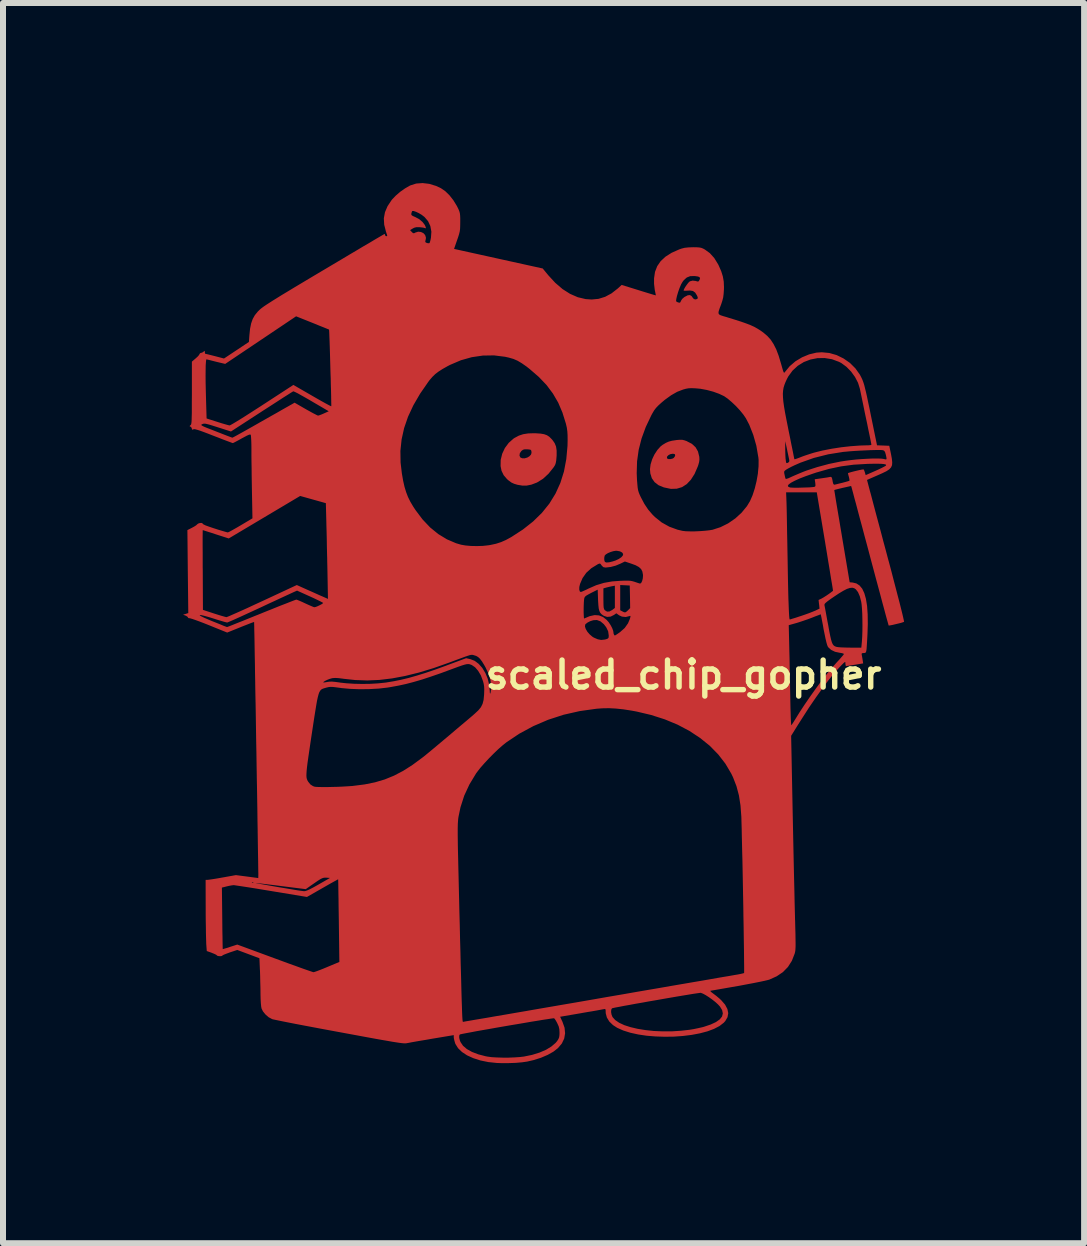
<source format=kicad_pcb>
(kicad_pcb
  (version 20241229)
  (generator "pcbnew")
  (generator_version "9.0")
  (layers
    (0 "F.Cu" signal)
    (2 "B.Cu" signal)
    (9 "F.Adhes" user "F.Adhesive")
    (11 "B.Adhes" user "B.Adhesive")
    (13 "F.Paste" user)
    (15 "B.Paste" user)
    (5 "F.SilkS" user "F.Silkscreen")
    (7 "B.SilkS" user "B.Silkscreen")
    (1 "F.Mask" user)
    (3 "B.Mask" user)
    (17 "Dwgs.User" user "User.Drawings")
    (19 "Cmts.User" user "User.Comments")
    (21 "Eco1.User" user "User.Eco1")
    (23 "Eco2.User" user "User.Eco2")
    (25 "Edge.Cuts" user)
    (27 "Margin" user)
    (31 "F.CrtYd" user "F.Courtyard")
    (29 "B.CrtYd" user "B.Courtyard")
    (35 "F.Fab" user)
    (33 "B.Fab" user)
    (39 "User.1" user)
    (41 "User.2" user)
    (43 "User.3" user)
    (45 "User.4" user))
  (footprint "scaled_chip_gopher"
    (layer "F.Cu")
    (at 8.339 8.193)
    (property "Reference" "scaled_chip_gopher" (at 0 0 0) (layer "F.SilkS") (effects (font (size 0.45 0.45) (thickness 0.09))))
    (attr board_only exclude_from_pos_files exclude_from_bom)
    (fp_poly (pts (xy -0.024 -3.916) (xy 0.011 -3.908) (xy 0.054 -3.893) (xy 0.056 -3.891) (xy 0.139 -3.848) (xy 0.2 -3.791) (xy 0.24 -3.721) (xy 0.261 -3.635) (xy 0.262 -3.63) (xy 0.264 -3.586) (xy 0.259 -3.545) (xy 0.245 -3.495) (xy 0.235 -3.467) (xy 0.183 -3.347) (xy 0.122 -3.251) (xy 0.052 -3.177) (xy -0.026 -3.127) (xy -0.113 -3.101) (xy -0.207 -3.098) (xy -0.222 -3.1) (xy -0.33 -3.123) (xy -0.417 -3.159) (xy -0.483 -3.21) (xy -0.529 -3.275) (xy -0.554 -3.355) (xy -0.56 -3.426) (xy -0.55 -3.505) (xy -0.524 -3.589) (xy -0.513 -3.614) (xy -0.278 -3.614) (xy -0.271 -3.602) (xy -0.249 -3.594) (xy -0.214 -3.595) (xy -0.18 -3.604) (xy -0.163 -3.615) (xy -0.145 -3.64) (xy -0.14 -3.659) (xy -0.146 -3.676) (xy -0.168 -3.682) (xy -0.184 -3.683) (xy -0.222 -3.676) (xy -0.253 -3.659) (xy -0.274 -3.637) (xy -0.278 -3.614) (xy -0.513 -3.614) (xy -0.485 -3.672) (xy -0.436 -3.747) (xy -0.382 -3.807) (xy -0.349 -3.832) (xy -0.294 -3.865) (xy -0.246 -3.886) (xy -0.193 -3.9) (xy -0.127 -3.91) (xy -0.115 -3.912) (xy -0.062 -3.916)) (stroke (width 0) (type solid)) (fill yes) (layer "F.Cu"))
    (fp_poly (pts (xy -2.462 -4.024) (xy -2.383 -4.019) (xy -2.324 -4.009) (xy -2.277 -3.992) (xy -2.237 -3.966) (xy -2.198 -3.927) (xy -2.183 -3.91) (xy -2.148 -3.86) (xy -2.125 -3.804) (xy -2.115 -3.737) (xy -2.115 -3.654) (xy -2.117 -3.63) (xy -2.122 -3.57) (xy -2.13 -3.528) (xy -2.141 -3.496) (xy -2.159 -3.466) (xy -2.163 -3.46) (xy -2.249 -3.352) (xy -2.342 -3.266) (xy -2.442 -3.204) (xy -2.537 -3.168) (xy -2.613 -3.153) (xy -2.682 -3.152) (xy -2.755 -3.164) (xy -2.767 -3.166) (xy -2.824 -3.183) (xy -2.869 -3.204) (xy -2.913 -3.236) (xy -2.941 -3.26) (xy -2.997 -3.325) (xy -3.033 -3.399) (xy -3.049 -3.478) (xy -3.047 -3.581) (xy -3.029 -3.654) (xy -2.734 -3.654) (xy -2.721 -3.623) (xy -2.72 -3.622) (xy -2.69 -3.608) (xy -2.648 -3.607) (xy -2.603 -3.62) (xy -2.57 -3.64) (xy -2.543 -3.668) (xy -2.534 -3.696) (xy -2.534 -3.713) (xy -2.538 -3.736) (xy -2.548 -3.749) (xy -2.571 -3.754) (xy -2.605 -3.757) (xy -2.647 -3.757) (xy -2.675 -3.75) (xy -2.698 -3.733) (xy -2.703 -3.729) (xy -2.728 -3.692) (xy -2.734 -3.654) (xy -3.029 -3.654) (xy -3.022 -3.683) (xy -2.977 -3.779) (xy -2.913 -3.865) (xy -2.833 -3.936) (xy -2.814 -3.948) (xy -2.745 -3.985) (xy -2.672 -4.009) (xy -2.589 -4.022) (xy -2.49 -4.025)) (stroke (width 0) (type solid)) (fill yes) (layer "F.Cu"))
    (fp_poly (pts (xy -4.238 -8.18) (xy -4.123 -8.145) (xy -4.042 -8.107) (xy -3.971 -8.058) (xy -3.901 -7.99) (xy -3.835 -7.906) (xy -3.777 -7.811) (xy -3.768 -7.793) (xy -3.748 -7.752) (xy -3.735 -7.719) (xy -3.727 -7.689) (xy -3.723 -7.653) (xy -3.721 -7.604) (xy -3.721 -7.544) (xy -3.722 -7.477) (xy -3.724 -7.427) (xy -3.73 -7.384) (xy -3.741 -7.34) (xy -3.758 -7.286) (xy -3.773 -7.244) (xy -3.824 -7.096) (xy -3.086 -6.933) (xy -2.347 -6.77) (xy -2.255 -6.658) (xy -2.138 -6.531) (xy -2.017 -6.427) (xy -1.891 -6.347) (xy -1.763 -6.291) (xy -1.632 -6.26) (xy -1.531 -6.253) (xy -1.417 -6.264) (xy -1.307 -6.298) (xy -1.201 -6.355) (xy -1.096 -6.437) (xy -1.085 -6.447) (xy -1.032 -6.496) (xy -0.748 -6.408) (xy -0.668 -6.383) (xy -0.596 -6.361) (xy -0.537 -6.343) (xy -0.493 -6.33) (xy -0.467 -6.323) (xy -0.463 -6.321) (xy -0.464 -6.333) (xy -0.47 -6.364) (xy -0.479 -6.407) (xy -0.48 -6.411) (xy -0.492 -6.513) (xy -0.492 -6.606) (xy -0.476 -6.714) (xy -0.439 -6.809) (xy -0.381 -6.893) (xy -0.301 -6.967) (xy -0.198 -7.032) (xy -0.072 -7.088) (xy -0.038 -7.1) (xy 0.015 -7.114) (xy 0.078 -7.121) (xy 0.159 -7.124) (xy 0.219 -7.123) (xy 0.262 -7.12) (xy 0.294 -7.114) (xy 0.324 -7.102) (xy 0.354 -7.086) (xy 0.437 -7.026) (xy 0.511 -6.944) (xy 0.575 -6.84) (xy 0.585 -6.82) (xy 0.627 -6.724) (xy 0.654 -6.638) (xy 0.669 -6.553) (xy 0.673 -6.46) (xy 0.672 -6.418) (xy 0.667 -6.346) (xy 0.66 -6.289) (xy 0.646 -6.234) (xy 0.626 -6.172) (xy 0.625 -6.17) (xy 0.6 -6.104) (xy 0.585 -6.058) (xy 0.581 -6.027) (xy 0.59 -6.006) (xy 0.616 -5.991) (xy 0.661 -5.976) (xy 0.726 -5.957) (xy 0.734 -5.954) (xy 0.858 -5.916) (xy 0.961 -5.883) (xy 1.046 -5.853) (xy 1.118 -5.825) (xy 1.179 -5.797) (xy 1.232 -5.767) (xy 1.283 -5.735) (xy 1.329 -5.702) (xy 1.395 -5.646) (xy 1.452 -5.583) (xy 1.5 -5.509) (xy 1.544 -5.422) (xy 1.584 -5.316) (xy 1.622 -5.189) (xy 1.623 -5.186) (xy 1.642 -5.119) (xy 1.655 -5.074) (xy 1.665 -5.046) (xy 1.673 -5.034) (xy 1.68 -5.035) (xy 1.688 -5.044) (xy 1.691 -5.048) (xy 1.768 -5.142) (xy 1.864 -5.224) (xy 1.974 -5.29) (xy 2.092 -5.339) (xy 2.214 -5.368) (xy 2.303 -5.374) (xy 2.428 -5.362) (xy 2.55 -5.327) (xy 2.666 -5.27) (xy 2.772 -5.196) (xy 2.863 -5.105) (xy 2.937 -5.001) (xy 2.961 -4.955) (xy 2.975 -4.926) (xy 2.987 -4.896) (xy 2.999 -4.862) (xy 3.011 -4.823) (xy 3.023 -4.774) (xy 3.038 -4.714) (xy 3.055 -4.639) (xy 3.074 -4.547) (xy 3.098 -4.435) (xy 3.118 -4.335) (xy 3.223 -3.824) (xy 3.325 -3.82) (xy 3.427 -3.816) (xy 3.456 -3.676) (xy 3.47 -3.6) (xy 3.476 -3.54) (xy 3.473 -3.493) (xy 3.456 -3.455) (xy 3.425 -3.422) (xy 3.377 -3.391) (xy 3.309 -3.358) (xy 3.239 -3.327) (xy 3.056 -3.247) (xy 3.105 -3.061) (xy 3.117 -3.019) (xy 3.134 -2.955) (xy 3.156 -2.871) (xy 3.183 -2.769) (xy 3.214 -2.652) (xy 3.249 -2.522) (xy 3.287 -2.381) (xy 3.326 -2.232) (xy 3.368 -2.077) (xy 3.41 -1.918) (xy 3.42 -1.883) (xy 3.461 -1.729) (xy 3.499 -1.582) (xy 3.535 -1.444) (xy 3.568 -1.317) (xy 3.598 -1.203) (xy 3.623 -1.103) (xy 3.644 -1.019) (xy 3.659 -0.954) (xy 3.669 -0.909) (xy 3.673 -0.886) (xy 3.673 -0.883) (xy 3.655 -0.876) (xy 3.621 -0.865) (xy 3.576 -0.854) (xy 3.526 -0.842) (xy 3.48 -0.831) (xy 3.442 -0.824) (xy 3.42 -0.821) (xy 3.417 -0.821) (xy 3.413 -0.834) (xy 3.403 -0.87) (xy 3.387 -0.927) (xy 3.366 -1.003) (xy 3.341 -1.097) (xy 3.311 -1.207) (xy 3.278 -1.332) (xy 3.241 -1.469) (xy 3.201 -1.617) (xy 3.159 -1.775) (xy 3.115 -1.939) (xy 3.103 -1.985) (xy 3.059 -2.151) (xy 3.016 -2.31) (xy 2.976 -2.461) (xy 2.938 -2.601) (xy 2.904 -2.729) (xy 2.874 -2.843) (xy 2.847 -2.941) (xy 2.826 -3.022) (xy 2.809 -3.084) (xy 2.798 -3.126) (xy 2.792 -3.144) (xy 2.792 -3.145) (xy 2.78 -3.144) (xy 2.75 -3.137) (xy 2.706 -3.127) (xy 2.656 -3.116) (xy 2.606 -3.104) (xy 2.561 -3.093) (xy 2.527 -3.084) (xy 2.511 -3.079) (xy 2.512 -3.067) (xy 2.518 -3.032) (xy 2.527 -2.976) (xy 2.539 -2.901) (xy 2.554 -2.81) (xy 2.572 -2.704) (xy 2.592 -2.587) (xy 2.613 -2.459) (xy 2.636 -2.323) (xy 2.638 -2.31) (xy 2.767 -1.542) (xy 2.815 -1.538) (xy 2.878 -1.523) (xy 2.931 -1.489) (xy 2.976 -1.435) (xy 3.011 -1.361) (xy 3.038 -1.266) (xy 3.057 -1.149) (xy 3.067 -1.009) (xy 3.069 -0.847) (xy 3.064 -0.687) (xy 3.06 -0.61) (xy 3.056 -0.538) (xy 3.052 -0.477) (xy 3.049 -0.432) (xy 3.046 -0.41) (xy 3.039 -0.379) (xy 3.025 -0.365) (xy 3 -0.363) (xy 2.973 -0.36) (xy 2.966 -0.349) (xy 2.968 -0.334) (xy 2.974 -0.304) (xy 2.981 -0.262) (xy 2.983 -0.248) (xy 2.992 -0.19) (xy 2.854 -0.168) (xy 2.797 -0.159) (xy 2.75 -0.152) (xy 2.718 -0.147) (xy 2.706 -0.146) (xy 2.7 -0.157) (xy 2.696 -0.185) (xy 2.696 -0.188) (xy 2.696 -0.205) (xy 2.692 -0.213) (xy 2.682 -0.21) (xy 2.664 -0.194) (xy 2.634 -0.164) (xy 2.593 -0.121) (xy 2.509 -0.027) (xy 2.415 0.089) (xy 2.314 0.224) (xy 2.205 0.377) (xy 2.09 0.545) (xy 1.972 0.729) (xy 1.902 0.839) (xy 1.792 1.016) (xy 1.818 2.315) (xy 1.822 2.507) (xy 1.826 2.7) (xy 1.83 2.893) (xy 1.834 3.081) (xy 1.838 3.264) (xy 1.842 3.437) (xy 1.846 3.599) (xy 1.849 3.746) (xy 1.852 3.876) (xy 1.855 3.987) (xy 1.857 4.076) (xy 1.858 4.094) (xy 1.861 4.219) (xy 1.864 4.322) (xy 1.865 4.405) (xy 1.866 4.47) (xy 1.866 4.521) (xy 1.864 4.561) (xy 1.862 4.592) (xy 1.858 4.616) (xy 1.853 4.638) (xy 1.85 4.647) (xy 1.804 4.765) (xy 1.739 4.867) (xy 1.655 4.953) (xy 1.551 5.023) (xy 1.429 5.078) (xy 1.396 5.087) (xy 1.34 5.1) (xy 1.264 5.116) (xy 1.169 5.135) (xy 1.057 5.156) (xy 0.931 5.18) (xy 0.793 5.204) (xy 0.644 5.23) (xy 0.488 5.257) (xy 0.447 5.264) (xy 0.447 5.271) (xy 0.465 5.289) (xy 0.497 5.313) (xy 0.498 5.314) (xy 0.546 5.35) (xy 0.597 5.393) (xy 0.628 5.422) (xy 0.692 5.496) (xy 0.73 5.568) (xy 0.744 5.637) (xy 0.732 5.704) (xy 0.695 5.768) (xy 0.67 5.796) (xy 0.599 5.851) (xy 0.507 5.899) (xy 0.397 5.94) (xy 0.272 5.973) (xy 0.135 5.999) (xy -0.01 6.017) (xy -0.161 6.028) (xy -0.314 6.03) (xy -0.467 6.025) (xy -0.615 6.013) (xy -0.756 5.992) (xy -0.887 5.963) (xy -1.005 5.926) (xy -1.106 5.881) (xy -1.176 5.836) (xy -1.237 5.777) (xy -1.278 5.71) (xy -1.297 5.639) (xy -1.298 5.619) (xy -1.298 5.618) (xy -1.208 5.618) (xy -1.2 5.662) (xy -1.184 5.702) (xy -1.183 5.703) (xy -1.139 5.752) (xy -1.073 5.797) (xy -0.987 5.837) (xy -0.884 5.87) (xy -0.765 5.898) (xy -0.635 5.919) (xy -0.495 5.934) (xy -0.348 5.94) (xy -0.197 5.94) (xy -0.044 5.93) (xy 0.099 5.914) (xy 0.171 5.902) (xy 0.247 5.886) (xy 0.317 5.87) (xy 0.339 5.864) (xy 0.452 5.826) (xy 0.54 5.785) (xy 0.603 5.74) (xy 0.641 5.693) (xy 0.654 5.641) (xy 0.642 5.586) (xy 0.606 5.527) (xy 0.572 5.49) (xy 0.529 5.451) (xy 0.477 5.41) (xy 0.422 5.371) (xy 0.369 5.337) (xy 0.323 5.312) (xy 0.289 5.299) (xy 0.281 5.298) (xy 0.26 5.301) (xy 0.217 5.307) (xy 0.156 5.316) (xy 0.078 5.329) (xy -0.013 5.344) (xy -0.115 5.361) (xy -0.225 5.38) (xy -0.341 5.4) (xy -0.459 5.421) (xy -0.577 5.441) (xy -0.692 5.462) (xy -0.802 5.481) (xy -0.903 5.5) (xy -0.994 5.516) (xy -1.071 5.531) (xy -1.131 5.542) (xy -1.172 5.551) (xy -1.192 5.556) (xy -1.193 5.556) (xy -1.205 5.58) (xy -1.208 5.618) (xy -1.298 5.618) (xy -1.299 5.585) (xy -1.304 5.57) (xy -1.318 5.568) (xy -1.326 5.57) (xy -1.346 5.573) (xy -1.387 5.581) (xy -1.446 5.592) (xy -1.52 5.605) (xy -1.605 5.619) (xy -1.697 5.635) (xy -1.706 5.637) (xy -2.057 5.697) (xy -2.018 5.781) (xy -1.983 5.879) (xy -1.974 5.972) (xy -1.989 6.06) (xy -2.028 6.142) (xy -2.093 6.219) (xy -2.093 6.219) (xy -2.168 6.278) (xy -2.264 6.332) (xy -2.376 6.38) (xy -2.499 6.419) (xy -2.608 6.444) (xy -2.693 6.456) (xy -2.795 6.465) (xy -2.905 6.469) (xy -3.016 6.47) (xy -3.11 6.467) (xy -3.253 6.452) (xy -3.385 6.425) (xy -3.503 6.387) (xy -3.607 6.34) (xy -3.692 6.284) (xy -3.757 6.221) (xy -3.801 6.151) (xy -3.808 6.132) (xy -3.82 6.089) (xy -3.828 6.05) (xy -3.829 6.037) (xy -3.829 6.012) (xy -3.738 6.012) (xy -3.738 6.048) (xy -3.727 6.092) (xy -3.716 6.119) (xy -3.675 6.18) (xy -3.611 6.235) (xy -3.525 6.283) (xy -3.42 6.323) (xy -3.297 6.355) (xy -3.265 6.361) (xy -3.198 6.37) (xy -3.112 6.375) (xy -3.015 6.378) (xy -2.914 6.378) (xy -2.816 6.374) (xy -2.727 6.368) (xy -2.66 6.36) (xy -2.524 6.332) (xy -2.401 6.294) (xy -2.292 6.247) (xy -2.202 6.192) (xy -2.132 6.132) (xy -2.107 6.102) (xy -2.085 6.068) (xy -2.073 6.037) (xy -2.068 5.999) (xy -2.067 5.962) (xy -2.07 5.904) (xy -2.081 5.857) (xy -2.104 5.806) (xy -2.105 5.803) (xy -2.127 5.763) (xy -2.146 5.734) (xy -2.158 5.722) (xy -2.173 5.723) (xy -2.211 5.728) (xy -2.268 5.737) (xy -2.343 5.748) (xy -2.432 5.763) (xy -2.533 5.779) (xy -2.643 5.798) (xy -2.76 5.818) (xy -2.881 5.838) (xy -3.003 5.859) (xy -3.124 5.88) (xy -3.241 5.901) (xy -3.351 5.92) (xy -3.453 5.938) (xy -3.542 5.955) (xy -3.617 5.969) (xy -3.675 5.98) (xy -3.713 5.988) (xy -3.728 5.992) (xy -3.738 6.012) (xy -3.829 6.012) (xy -3.829 6.003) (xy -4.195 6.064) (xy -4.291 6.081) (xy -4.382 6.096) (xy -4.463 6.11) (xy -4.531 6.122) (xy -4.582 6.132) (xy -4.612 6.137) (xy -4.615 6.138) (xy -4.627 6.14) (xy -4.643 6.14) (xy -4.667 6.139) (xy -4.697 6.136) (xy -4.738 6.131) (xy -4.789 6.123) (xy -4.854 6.113) (xy -4.932 6.099) (xy -5.026 6.083) (xy -5.138 6.063) (xy -5.269 6.039) (xy -5.42 6.011) (xy -5.594 5.979) (xy -5.734 5.953) (xy -5.897 5.923) (xy -6.053 5.894) (xy -6.201 5.866) (xy -6.339 5.84) (xy -6.465 5.816) (xy -6.577 5.794) (xy -6.673 5.775) (xy -6.751 5.759) (xy -6.809 5.747) (xy -6.846 5.739) (xy -6.857 5.735) (xy -6.913 5.705) (xy -6.966 5.659) (xy -7.009 5.606) (xy -7.032 5.557) (xy -7.038 5.524) (xy -7.043 5.471) (xy -7.047 5.402) (xy -7.049 5.323) (xy -7.049 5.303) (xy -7.05 5.213) (xy -7.053 5.111) (xy -7.055 5.01) (xy -7.058 4.921) (xy -7.059 4.912) (xy -7.067 4.722) (xy -7.251 4.653) (xy -7.436 4.584) (xy -7.56 4.625) (xy -7.611 4.644) (xy -7.652 4.66) (xy -7.678 4.672) (xy -7.684 4.678) (xy -7.694 4.685) (xy -7.719 4.688) (xy -7.748 4.686) (xy -7.77 4.68) (xy -7.775 4.675) (xy -7.788 4.664) (xy -7.819 4.649) (xy -7.861 4.632) (xy -7.862 4.631) (xy -7.944 4.602) (xy -7.953 4.483) (xy -7.954 4.442) (xy -7.956 4.38) (xy -7.958 4.3) (xy -7.959 4.205) (xy -7.961 4.101) (xy -7.962 3.99) (xy -7.962 3.89) (xy -7.963 3.545) (xy -7.692 3.545) (xy -7.686 4.056) (xy -7.685 4.167) (xy -7.684 4.27) (xy -7.682 4.363) (xy -7.681 4.441) (xy -7.68 4.503) (xy -7.679 4.547) (xy -7.678 4.568) (xy -7.678 4.57) (xy -7.666 4.567) (xy -7.635 4.558) (xy -7.59 4.545) (xy -7.556 4.533) (xy -7.436 4.494) (xy -6.812 4.724) (xy -6.692 4.768) (xy -6.578 4.81) (xy -6.474 4.847) (xy -6.381 4.881) (xy -6.302 4.909) (xy -6.238 4.931) (xy -6.194 4.946) (xy -6.169 4.954) (xy -6.166 4.954) (xy -6.148 4.95) (xy -6.11 4.937) (xy -6.057 4.917) (xy -5.994 4.892) (xy -5.939 4.869) (xy -5.735 4.784) (xy -5.744 4.096) (xy -5.746 3.967) (xy -5.748 3.845) (xy -5.749 3.734) (xy -5.751 3.635) (xy -5.752 3.551) (xy -5.753 3.484) (xy -5.754 3.436) (xy -5.755 3.411) (xy -5.755 3.407) (xy -5.766 3.412) (xy -5.796 3.429) (xy -5.842 3.454) (xy -5.901 3.487) (xy -5.969 3.526) (xy -6.016 3.553) (xy -6.275 3.701) (xy -6.868 3.603) (xy -6.989 3.583) (xy -7.103 3.564) (xy -7.208 3.547) (xy -7.3 3.533) (xy -7.378 3.521) (xy -7.439 3.512) (xy -7.479 3.506) (xy -7.497 3.504) (xy -7.528 3.508) (xy -7.573 3.516) (xy -7.612 3.525) (xy -7.692 3.545) (xy -7.963 3.545) (xy -7.963 3.468) (xy -7.13 3.468) (xy -7.123 3.47) (xy -7.094 3.476) (xy -7.047 3.485) (xy -6.985 3.496) (xy -6.912 3.509) (xy -6.832 3.523) (xy -6.747 3.538) (xy -6.661 3.552) (xy -6.577 3.566) (xy -6.5 3.579) (xy -6.433 3.59) (xy -6.378 3.598) (xy -6.34 3.603) (xy -6.323 3.605) (xy -6.3 3.602) (xy -6.268 3.591) (xy -6.224 3.571) (xy -6.165 3.54) (xy -6.088 3.497) (xy -6.085 3.495) (xy -5.891 3.384) (xy -5.949 3.38) (xy -5.975 3.379) (xy -5.998 3.382) (xy -6.023 3.39) (xy -6.054 3.406) (xy -6.094 3.431) (xy -6.147 3.468) (xy -6.207 3.509) (xy -6.295 3.571) (xy -6.706 3.519) (xy -6.806 3.506) (xy -6.898 3.495) (xy -6.978 3.485) (xy -7.045 3.477) (xy -7.094 3.471) (xy -7.124 3.468) (xy -7.13 3.468) (xy -7.963 3.468) (xy -7.963 3.463) (xy -7.195 3.463) (xy -7.182 3.466) (xy -7.166 3.463) (xy -7.165 3.459) (xy -7.183 3.456) (xy -7.19 3.458) (xy -7.195 3.463) (xy -7.963 3.463) (xy -7.963 3.416) (xy -7.929 3.416) (xy -7.905 3.413) (xy -7.861 3.407) (xy -7.803 3.398) (xy -7.733 3.386) (xy -7.677 3.376) (xy -7.459 3.337) (xy -7.272 3.361) (xy -7.086 3.386) (xy -7.085 3.328) (xy -7.085 3.306) (xy -7.086 3.262) (xy -7.087 3.195) (xy -7.088 3.109) (xy -7.09 3.004) (xy -7.092 2.883) (xy -7.094 2.746) (xy -7.096 2.61) (xy -3.763 2.61) (xy -3.763 2.673) (xy -3.762 2.748) (xy -3.761 2.836) (xy -3.759 2.939) (xy -3.756 3.059) (xy -3.753 3.197) (xy -3.749 3.355) (xy -3.745 3.533) (xy -3.74 3.735) (xy -3.736 3.918) (xy -3.729 4.174) (xy -3.724 4.406) (xy -3.718 4.615) (xy -3.714 4.802) (xy -3.709 4.968) (xy -3.705 5.115) (xy -3.702 5.243) (xy -3.699 5.354) (xy -3.696 5.45) (xy -3.693 5.53) (xy -3.691 5.597) (xy -3.689 5.651) (xy -3.687 5.694) (xy -3.685 5.727) (xy -3.683 5.751) (xy -3.681 5.767) (xy -3.679 5.777) (xy -3.677 5.781) (xy -3.676 5.782) (xy -3.663 5.78) (xy -3.626 5.773) (xy -3.566 5.763) (xy -3.486 5.749) (xy -3.385 5.732) (xy -3.266 5.712) (xy -3.129 5.688) (xy -2.976 5.662) (xy -2.808 5.633) (xy -2.627 5.602) (xy -2.433 5.568) (xy -2.229 5.533) (xy -2.015 5.496) (xy -1.792 5.458) (xy -1.562 5.418) (xy -1.493 5.406) (xy -1.259 5.365) (xy -1.03 5.326) (xy -0.808 5.287) (xy -0.593 5.25) (xy -0.388 5.215) (xy -0.194 5.181) (xy -0.012 5.15) (xy 0.156 5.121) (xy 0.31 5.095) (xy 0.447 5.071) (xy 0.566 5.05) (xy 0.666 5.033) (xy 0.745 5.02) (xy 0.802 5.01) (xy 0.836 5.004) (xy 0.84 5.003) (xy 0.901 4.993) (xy 0.952 4.983) (xy 0.99 4.974) (xy 1.007 4.969) (xy 1.008 4.969) (xy 1.009 4.955) (xy 1.009 4.918) (xy 1.009 4.86) (xy 1.008 4.783) (xy 1.007 4.688) (xy 1.006 4.578) (xy 1.004 4.454) (xy 1.002 4.32) (xy 1 4.176) (xy 0.997 4.025) (xy 0.995 3.868) (xy 0.992 3.709) (xy 0.989 3.548) (xy 0.986 3.389) (xy 0.983 3.232) (xy 0.98 3.08) (xy 0.976 2.935) (xy 0.973 2.799) (xy 0.97 2.674) (xy 0.968 2.563) (xy 0.965 2.466) (xy 0.963 2.386) (xy 0.962 2.36) (xy 0.948 2.175) (xy 0.922 2.009) (xy 0.881 1.855) (xy 0.824 1.708) (xy 0.795 1.647) (xy 0.697 1.481) (xy 0.577 1.326) (xy 0.436 1.182) (xy 0.275 1.052) (xy 0.096 0.934) (xy -0.101 0.83) (xy -0.313 0.742) (xy -0.541 0.669) (xy -0.782 0.612) (xy -0.863 0.597) (xy -1.004 0.575) (xy -1.128 0.562) (xy -1.243 0.556) (xy -1.354 0.558) (xy -1.45 0.565) (xy -1.729 0.604) (xy -1.998 0.665) (xy -2.257 0.749) (xy -2.504 0.855) (xy -2.739 0.982) (xy -2.951 1.124) (xy -3.015 1.175) (xy -3.089 1.24) (xy -3.167 1.315) (xy -3.246 1.395) (xy -3.321 1.476) (xy -3.387 1.551) (xy -3.439 1.618) (xy -3.456 1.641) (xy -3.568 1.826) (xy -3.655 2.014) (xy -3.717 2.207) (xy -3.748 2.355) (xy -3.752 2.377) (xy -3.755 2.399) (xy -3.757 2.422) (xy -3.759 2.448) (xy -3.761 2.478) (xy -3.762 2.514) (xy -3.763 2.558) (xy -3.763 2.61) (xy -7.096 2.61) (xy -7.096 2.596) (xy -7.099 2.434) (xy -7.101 2.261) (xy -7.104 2.08) (xy -7.107 1.892) (xy -7.111 1.698) (xy -7.111 1.682) (xy -6.284 1.682) (xy -6.282 1.71) (xy -6.277 1.733) (xy -6.27 1.752) (xy -6.261 1.77) (xy -6.252 1.784) (xy -6.217 1.827) (xy -6.175 1.854) (xy -6.151 1.863) (xy -6.125 1.867) (xy -6.078 1.869) (xy -6.014 1.87) (xy -5.937 1.87) (xy -5.853 1.868) (xy -5.764 1.866) (xy -5.676 1.862) (xy -5.593 1.857) (xy -5.519 1.852) (xy -5.502 1.85) (xy -5.314 1.826) (xy -5.141 1.791) (xy -4.979 1.743) (xy -4.825 1.68) (xy -4.672 1.6) (xy -4.518 1.502) (xy -4.358 1.384) (xy -4.317 1.352) (xy -4.28 1.322) (xy -4.225 1.277) (xy -4.157 1.22) (xy -4.078 1.154) (xy -3.991 1.081) (xy -3.898 1.003) (xy -3.803 0.922) (xy -3.708 0.842) (xy -3.615 0.764) (xy -3.528 0.69) (xy -3.48 0.648) (xy -3.42 0.592) (xy -3.377 0.54) (xy -3.349 0.484) (xy -3.332 0.418) (xy -3.324 0.335) (xy -3.323 0.316) (xy -3.321 0.248) (xy -3.323 0.196) (xy -3.33 0.15) (xy -3.343 0.101) (xy -3.344 0.1) (xy -3.378 0.009) (xy -3.423 -0.067) (xy -3.474 -0.126) (xy -3.53 -0.164) (xy -3.571 -0.178) (xy -3.592 -0.179) (xy -3.617 -0.177) (xy -3.65 -0.169) (xy -3.695 -0.155) (xy -3.755 -0.134) (xy -3.834 -0.105) (xy -3.861 -0.095) (xy -4.045 -0.027) (xy -4.21 0.03) (xy -4.359 0.079) (xy -4.496 0.119) (xy -4.626 0.153) (xy -4.75 0.18) (xy -4.875 0.203) (xy -4.929 0.212) (xy -5.075 0.229) (xy -5.234 0.238) (xy -5.396 0.24) (xy -5.554 0.234) (xy -5.698 0.221) (xy -5.725 0.217) (xy -5.793 0.208) (xy -5.842 0.202) (xy -5.878 0.201) (xy -5.907 0.203) (xy -5.935 0.209) (xy -5.955 0.214) (xy -5.982 0.222) (xy -6.005 0.229) (xy -6.024 0.237) (xy -6.041 0.249) (xy -6.056 0.267) (xy -6.07 0.292) (xy -6.082 0.326) (xy -6.094 0.372) (xy -6.107 0.431) (xy -6.12 0.506) (xy -6.135 0.598) (xy -6.153 0.71) (xy -6.173 0.842) (xy -6.194 0.98) (xy -6.217 1.133) (xy -6.236 1.263) (xy -6.252 1.373) (xy -6.265 1.464) (xy -6.274 1.538) (xy -6.28 1.597) (xy -6.283 1.645) (xy -6.284 1.682) (xy -7.111 1.682) (xy -7.114 1.501) (xy -7.117 1.301) (xy -7.121 1.1) (xy -7.124 0.901) (xy -7.127 0.704) (xy -7.13 0.512) (xy -7.134 0.325) (xy -7.137 0.146) (xy -7.137 0.126) (xy -6.003 0.126) (xy -6.003 0.127) (xy -5.988 0.127) (xy -5.958 0.123) (xy -5.937 0.119) (xy -5.901 0.114) (xy -5.858 0.113) (xy -5.803 0.118) (xy -5.728 0.128) (xy -5.727 0.129) (xy -5.617 0.141) (xy -5.489 0.149) (xy -5.353 0.152) (xy -5.215 0.15) (xy -5.085 0.142) (xy -4.97 0.13) (xy -4.955 0.128) (xy -4.829 0.107) (xy -4.705 0.082) (xy -4.577 0.051) (xy -4.444 0.013) (xy -4.299 -0.032) (xy -4.141 -0.086) (xy -3.964 -0.15) (xy -3.914 -0.169) (xy -3.623 -0.277) (xy -3.552 -0.261) (xy -3.48 -0.233) (xy -3.413 -0.182) (xy -3.353 -0.114) (xy -3.303 -0.031) (xy -3.264 0.063) (xy -3.239 0.164) (xy -3.23 0.261) (xy -3.228 0.298) (xy -3.224 0.313) (xy -3.219 0.309) (xy -3.214 0.287) (xy -3.21 0.252) (xy -3.207 0.206) (xy -3.207 0.191) (xy -3.217 0.091) (xy -3.248 -0.015) (xy -3.302 -0.128) (xy -3.322 -0.163) (xy -3.36 -0.225) (xy -3.393 -0.268) (xy -3.423 -0.296) (xy -3.456 -0.315) (xy -3.485 -0.324) (xy -3.501 -0.329) (xy -3.513 -0.332) (xy -3.527 -0.333) (xy -3.543 -0.332) (xy -3.565 -0.327) (xy -3.596 -0.317) (xy -3.638 -0.303) (xy -3.694 -0.282) (xy -3.768 -0.255) (xy -3.862 -0.22) (xy -3.905 -0.204) (xy -4.165 -0.112) (xy -4.409 -0.038) (xy -4.639 0.019) (xy -4.858 0.06) (xy -5.068 0.085) (xy -5.27 0.094) (xy -5.469 0.087) (xy -5.665 0.066) (xy -5.677 0.064) (xy -5.749 0.055) (xy -5.804 0.052) (xy -5.847 0.055) (xy -5.862 0.058) (xy -5.899 0.069) (xy -5.938 0.084) (xy -5.972 0.101) (xy -5.996 0.116) (xy -6.003 0.126) (xy -7.137 0.126) (xy -7.14 -0.024) (xy -7.142 -0.184) (xy -7.145 -0.331) (xy -7.147 -0.464) (xy -7.149 -0.582) (xy -7.151 -0.682) (xy -7.153 -0.764) (xy -7.153 -0.805) (xy -1.643 -0.805) (xy -1.63 -0.764) (xy -1.603 -0.718) (xy -1.566 -0.675) (xy -1.522 -0.637) (xy -1.495 -0.62) (xy -1.43 -0.592) (xy -1.374 -0.581) (xy -1.317 -0.587) (xy -1.294 -0.592) (xy -1.264 -0.603) (xy -1.25 -0.618) (xy -1.247 -0.647) (xy -1.247 -0.656) (xy -1.257 -0.726) (xy -1.289 -0.792) (xy -1.329 -0.844) (xy -1.385 -0.891) (xy -1.444 -0.913) (xy -1.504 -0.91) (xy -1.555 -0.894) (xy -1.6 -0.871) (xy -1.632 -0.846) (xy -1.639 -0.836) (xy -1.643 -0.805) (xy -7.153 -0.805) (xy -7.154 -0.826) (xy -7.155 -0.865) (xy -7.155 -0.881) (xy -7.155 -0.881) (xy -7.167 -0.877) (xy -7.199 -0.866) (xy -7.247 -0.847) (xy -7.308 -0.823) (xy -7.377 -0.796) (xy -7.381 -0.794) (xy -7.604 -0.704) (xy -7.908 -0.827) (xy -7.991 -0.86) (xy -8.067 -0.889) (xy -8.133 -0.913) (xy -8.185 -0.931) (xy -8.22 -0.941) (xy -8.234 -0.943) (xy -8.252 -0.946) (xy -8.256 -0.954) (xy -8.267 -0.969) (xy -8.293 -0.985) (xy -8.297 -0.986) (xy -8.326 -0.997) (xy -8.06 -0.997) (xy -8.06 -0.99) (xy -8.036 -0.975) (xy -7.988 -0.951) (xy -7.916 -0.92) (xy -7.854 -0.894) (xy -7.781 -0.865) (xy -7.716 -0.839) (xy -7.664 -0.817) (xy -7.626 -0.803) (xy -7.608 -0.796) (xy -7.607 -0.796) (xy -7.594 -0.8) (xy -7.56 -0.813) (xy -7.507 -0.834) (xy -7.438 -0.862) (xy -7.354 -0.895) (xy -7.258 -0.934) (xy -7.152 -0.977) (xy -7.039 -1.022) (xy -7.035 -1.024) (xy -6.921 -1.07) (xy -6.87 -1.09) (xy -1.665 -1.09) (xy -1.665 -1.036) (xy -1.663 -0.989) (xy -1.661 -0.954) (xy -1.658 -0.938) (xy -1.657 -0.938) (xy -1.565 -0.977) (xy -1.483 -0.995) (xy -1.409 -0.99) (xy -1.342 -0.963) (xy -1.279 -0.913) (xy -1.279 -0.912) (xy -1.246 -0.874) (xy -1.215 -0.827) (xy -1.19 -0.779) (xy -1.174 -0.736) (xy -1.17 -0.717) (xy -1.166 -0.685) (xy -1.155 -0.662) (xy -1.145 -0.655) (xy -1.131 -0.662) (xy -1.102 -0.681) (xy -1.065 -0.707) (xy -1.06 -0.71) (xy -0.981 -0.78) (xy -0.948 -0.827) (xy 1.752 -0.827) (xy 1.76 -0.49) (xy 1.762 -0.395) (xy 1.765 -0.281) (xy 1.767 -0.153) (xy 1.77 -0.017) (xy 1.773 0.122) (xy 1.775 0.256) (xy 1.777 0.346) (xy 1.779 0.456) (xy 1.781 0.557) (xy 1.784 0.646) (xy 1.786 0.722) (xy 1.789 0.781) (xy 1.792 0.821) (xy 1.794 0.838) (xy 1.795 0.839) (xy 1.806 0.826) (xy 1.826 0.796) (xy 1.85 0.757) (xy 1.853 0.753) (xy 1.93 0.628) (xy 2.016 0.497) (xy 2.108 0.363) (xy 2.202 0.231) (xy 2.295 0.105) (xy 2.386 -0.012) (xy 2.47 -0.115) (xy 2.545 -0.2) (xy 2.556 -0.212) (xy 2.599 -0.258) (xy 2.634 -0.299) (xy 2.66 -0.329) (xy 2.671 -0.346) (xy 2.671 -0.347) (xy 2.66 -0.355) (xy 2.63 -0.363) (xy 2.598 -0.368) (xy 2.523 -0.384) (xy 2.459 -0.415) (xy 2.413 -0.456) (xy 2.402 -0.472) (xy 2.392 -0.497) (xy 2.379 -0.543) (xy 2.364 -0.606) (xy 2.349 -0.68) (xy 2.333 -0.758) (xy 2.32 -0.834) (xy 2.307 -0.9) (xy 2.297 -0.954) (xy 2.289 -0.991) (xy 2.286 -1.007) (xy 2.286 -1.007) (xy 2.273 -1.004) (xy 2.243 -0.992) (xy 2.197 -0.975) (xy 2.145 -0.954) (xy 2.073 -0.927) (xy 1.992 -0.899) (xy 1.916 -0.874) (xy 1.88 -0.863) (xy 1.752 -0.827) (xy -0.948 -0.827) (xy -0.926 -0.858) (xy -0.896 -0.929) (xy -0.886 -0.964) (xy -0.885 -0.98) (xy -0.892 -0.982) (xy -0.9 -0.979) (xy -0.964 -0.963) (xy -1.027 -0.97) (xy -1.073 -0.991) (xy -1.121 -1.025) (xy -1.159 -0.998) (xy -1.215 -0.97) (xy -1.273 -0.965) (xy -1.327 -0.982) (xy -1.332 -0.985) (xy -1.364 -1.007) (xy -1.387 -1.032) (xy -1.403 -1.063) (xy -1.414 -1.106) (xy -1.42 -1.164) (xy -1.425 -1.243) (xy -1.425 -1.249) (xy -1.431 -1.419) (xy -1.539 -1.365) (xy -1.591 -1.337) (xy -1.625 -1.317) (xy -1.644 -1.299) (xy -1.653 -1.281) (xy -1.655 -1.272) (xy -1.659 -1.243) (xy -1.662 -1.199) (xy -1.664 -1.147) (xy -1.665 -1.09) (xy -6.87 -1.09) (xy -6.814 -1.113) (xy -6.717 -1.152) (xy -6.631 -1.185) (xy -6.56 -1.213) (xy -6.504 -1.235) (xy -6.468 -1.248) (xy -6.453 -1.253) (xy -6.452 -1.253) (xy -6.435 -1.248) (xy -6.4 -1.234) (xy -6.352 -1.213) (xy -6.301 -1.189) (xy -6.246 -1.164) (xy -6.2 -1.144) (xy -6.166 -1.13) (xy -6.15 -1.126) (xy -6.128 -1.131) (xy -6.095 -1.144) (xy -6.06 -1.161) (xy -6.028 -1.178) (xy -6.009 -1.192) (xy -6.006 -1.198) (xy -6.018 -1.206) (xy -6.05 -1.223) (xy -6.097 -1.246) (xy -6.157 -1.275) (xy -6.225 -1.306) (xy -6.44 -1.403) (xy -6.505 -1.374) (xy -6.531 -1.362) (xy -6.576 -1.341) (xy -6.639 -1.312) (xy -6.717 -1.276) (xy -6.807 -1.234) (xy -6.907 -1.188) (xy -7.013 -1.138) (xy -7.078 -1.108) (xy -7.184 -1.059) (xy -7.284 -1.013) (xy -7.375 -0.971) (xy -7.453 -0.936) (xy -7.518 -0.907) (xy -7.567 -0.886) (xy -7.596 -0.874) (xy -7.604 -0.871) (xy -7.622 -0.875) (xy -7.66 -0.885) (xy -7.713 -0.901) (xy -7.777 -0.92) (xy -7.826 -0.936) (xy -7.92 -0.965) (xy -7.99 -0.984) (xy -8.037 -0.995) (xy -8.06 -0.997) (xy -8.326 -0.997) (xy -8.339 -1.002) (xy -8.295 -1.015) (xy -8.252 -1.029) (xy -8.26 -1.72) (xy -8.265 -2.232) (xy -8.013 -2.232) (xy -8.013 -2.142) (xy -8.012 -2.038) (xy -8.012 -1.922) (xy -8.012 -1.798) (xy -8.011 -1.746) (xy -8.008 -1.082) (xy -7.824 -1.022) (xy -7.758 -1.001) (xy -7.699 -0.983) (xy -7.653 -0.97) (xy -7.623 -0.962) (xy -7.616 -0.961) (xy -7.601 -0.966) (xy -7.564 -0.981) (xy -7.51 -1.005) (xy -7.439 -1.036) (xy -7.354 -1.074) (xy -7.257 -1.118) (xy -7.152 -1.167) (xy -7.039 -1.219) (xy -7.019 -1.228) (xy -6.444 -1.496) (xy -6.259 -1.413) (xy -6.189 -1.382) (xy -6.12 -1.351) (xy -6.06 -1.324) (xy -6.013 -1.304) (xy -6 -1.298) (xy -5.925 -1.265) (xy -5.928 -1.421) (xy -1.738 -1.421) (xy -1.73 -1.391) (xy -1.714 -1.38) (xy -1.696 -1.385) (xy -1.662 -1.4) (xy -1.616 -1.421) (xy -1.584 -1.437) (xy -1.577 -1.44) (xy -1.336 -1.44) (xy -1.336 -1.27) (xy -1.335 -1.2) (xy -1.334 -1.151) (xy -1.331 -1.118) (xy -1.325 -1.097) (xy -1.317 -1.082) (xy -1.31 -1.075) (xy -1.275 -1.053) (xy -1.236 -1.055) (xy -1.19 -1.08) (xy -1.187 -1.082) (xy -1.145 -1.114) (xy -1.145 -1.286) (xy -1.056 -1.286) (xy -1.056 -1.076) (xy -1.021 -1.057) (xy -0.99 -1.042) (xy -0.969 -1.041) (xy -0.948 -1.055) (xy -0.927 -1.074) (xy -0.89 -1.112) (xy -0.893 -1.3) (xy -0.897 -1.488) (xy -0.976 -1.492) (xy -1.056 -1.496) (xy -1.056 -1.286) (xy -1.145 -1.286) (xy -1.145 -1.3) (xy -1.145 -1.485) (xy -1.193 -1.476) (xy -1.239 -1.466) (xy -1.287 -1.454) (xy -1.288 -1.454) (xy -1.336 -1.44) (xy -1.577 -1.44) (xy -1.456 -1.493) (xy -1.327 -1.532) (xy -1.191 -1.556) (xy -1.056 -1.566) (xy -0.983 -1.569) (xy -0.93 -1.569) (xy -0.89 -1.567) (xy -0.857 -1.561) (xy -0.824 -1.552) (xy -0.809 -1.547) (xy -0.768 -1.533) (xy -0.737 -1.523) (xy -0.723 -1.52) (xy -0.706 -1.532) (xy -0.691 -1.562) (xy -0.68 -1.604) (xy -0.676 -1.651) (xy -0.677 -1.669) (xy -0.687 -1.721) (xy -0.708 -1.762) (xy -0.745 -1.796) (xy -0.8 -1.826) (xy -0.868 -1.851) (xy -0.978 -1.888) (xy -1.052 -1.852) (xy -1.131 -1.819) (xy -1.214 -1.797) (xy -1.291 -1.788) (xy -1.301 -1.787) (xy -1.337 -1.794) (xy -1.364 -1.82) (xy -1.367 -1.825) (xy -1.385 -1.849) (xy -1.4 -1.854) (xy -1.425 -1.845) (xy -1.43 -1.842) (xy -1.537 -1.776) (xy -1.621 -1.7) (xy -1.683 -1.612) (xy -1.725 -1.514) (xy -1.737 -1.464) (xy -1.738 -1.421) (xy -5.928 -1.421) (xy -5.934 -1.752) (xy -5.937 -1.878) (xy -5.938 -1.948) (xy -1.322 -1.948) (xy -1.321 -1.91) (xy -1.311 -1.882) (xy -1.309 -1.88) (xy -1.284 -1.871) (xy -1.239 -1.875) (xy -1.179 -1.89) (xy -1.133 -1.905) (xy -1.078 -1.931) (xy -1.036 -1.96) (xy -1.011 -1.99) (xy -1.007 -2.013) (xy -1.024 -2.038) (xy -1.06 -2.057) (xy -1.109 -2.066) (xy -1.126 -2.067) (xy -1.167 -2.061) (xy -1.214 -2.047) (xy -1.26 -2.028) (xy -1.296 -2.006) (xy -1.315 -1.985) (xy -1.315 -1.985) (xy -1.322 -1.948) (xy -5.938 -1.948) (xy -5.94 -2.01) (xy -5.943 -2.144) (xy -5.945 -2.272) (xy -5.948 -2.391) (xy -5.951 -2.493) (xy -5.952 -2.55) (xy -5.96 -2.86) (xy -6.174 -2.92) (xy -6.388 -2.98) (xy -6.983 -2.626) (xy -7.578 -2.272) (xy -7.793 -2.341) (xy -7.862 -2.364) (xy -7.923 -2.383) (xy -7.97 -2.398) (xy -8.001 -2.408) (xy -8.011 -2.411) (xy -8.012 -2.398) (xy -8.012 -2.363) (xy -8.013 -2.307) (xy -8.013 -2.232) (xy -8.265 -2.232) (xy -8.267 -2.411) (xy -8.192 -2.449) (xy -8.152 -2.471) (xy -8.121 -2.491) (xy -8.107 -2.504) (xy -8.089 -2.519) (xy -8.062 -2.528) (xy -8.035 -2.531) (xy -8.017 -2.526) (xy -8.014 -2.519) (xy -8.002 -2.508) (xy -7.966 -2.49) (xy -7.905 -2.468) (xy -7.819 -2.439) (xy -7.812 -2.437) (xy -7.744 -2.415) (xy -7.683 -2.397) (xy -7.635 -2.383) (xy -7.603 -2.374) (xy -7.593 -2.373) (xy -7.577 -2.379) (xy -7.544 -2.396) (xy -7.496 -2.423) (xy -7.438 -2.456) (xy -7.38 -2.49) (xy -7.183 -2.607) (xy -7.192 -3.083) (xy -7.194 -3.202) (xy -7.196 -3.322) (xy -7.197 -3.44) (xy -7.199 -3.549) (xy -7.2 -3.646) (xy -7.2 -3.725) (xy -7.2 -3.731) (xy -4.718 -3.731) (xy -4.715 -3.537) (xy -4.694 -3.358) (xy -4.673 -3.236) (xy -4.65 -3.134) (xy -4.623 -3.045) (xy -4.592 -2.964) (xy -4.553 -2.885) (xy -4.504 -2.802) (xy -4.465 -2.743) (xy -4.349 -2.589) (xy -4.223 -2.456) (xy -4.087 -2.345) (xy -3.942 -2.257) (xy -3.79 -2.192) (xy -3.708 -2.168) (xy -3.634 -2.155) (xy -3.543 -2.147) (xy -3.443 -2.145) (xy -3.344 -2.148) (xy -3.253 -2.158) (xy -3.221 -2.163) (xy -3.124 -2.184) (xy -3.041 -2.211) (xy -2.961 -2.246) (xy -2.873 -2.294) (xy -2.871 -2.295) (xy -2.677 -2.421) (xy -2.507 -2.555) (xy -2.36 -2.699) (xy -2.236 -2.853) (xy -2.134 -3.019) (xy -2.053 -3.197) (xy -2.002 -3.359) (xy -0.781 -3.359) (xy -0.776 -3.244) (xy -0.77 -3.172) (xy -0.765 -3.118) (xy -0.758 -3.077) (xy -0.748 -3.042) (xy -0.734 -3.006) (xy -0.714 -2.963) (xy -0.713 -2.961) (xy -0.654 -2.849) (xy -0.59 -2.753) (xy -0.517 -2.668) (xy -0.475 -2.627) (xy -0.365 -2.539) (xy -0.238 -2.468) (xy -0.101 -2.418) (xy -0.016 -2.398) (xy 0.036 -2.392) (xy 0.106 -2.39) (xy 0.187 -2.39) (xy 0.273 -2.394) (xy 0.355 -2.4) (xy 0.429 -2.408) (xy 0.483 -2.417) (xy 0.615 -2.46) (xy 0.742 -2.523) (xy 0.861 -2.605) (xy 0.966 -2.701) (xy 1.055 -2.809) (xy 1.106 -2.893) (xy 1.149 -2.991) (xy 1.165 -3.04) (xy 1.708 -3.04) (xy 1.712 -2.945) (xy 1.713 -2.915) (xy 1.715 -2.862) (xy 1.717 -2.789) (xy 1.719 -2.698) (xy 1.721 -2.592) (xy 1.723 -2.473) (xy 1.725 -2.345) (xy 1.728 -2.209) (xy 1.73 -2.086) (xy 1.734 -1.878) (xy 1.737 -1.693) (xy 1.74 -1.532) (xy 1.743 -1.393) (xy 1.746 -1.274) (xy 1.75 -1.175) (xy 1.753 -1.094) (xy 1.756 -1.03) (xy 1.759 -0.982) (xy 1.762 -0.949) (xy 1.765 -0.93) (xy 1.769 -0.922) (xy 1.77 -0.922) (xy 1.785 -0.926) (xy 1.82 -0.937) (xy 1.87 -0.952) (xy 1.929 -0.972) (xy 1.949 -0.978) (xy 2.019 -1.002) (xy 2.086 -1.026) (xy 2.145 -1.049) (xy 2.188 -1.067) (xy 2.192 -1.068) (xy 2.265 -1.103) (xy 2.258 -1.171) (xy 2.347 -1.171) (xy 2.347 -1.16) (xy 2.351 -1.14) (xy 2.359 -1.099) (xy 2.37 -1.04) (xy 2.383 -0.968) (xy 2.398 -0.886) (xy 2.409 -0.83) (xy 2.427 -0.728) (xy 2.443 -0.649) (xy 2.457 -0.588) (xy 2.47 -0.544) (xy 2.483 -0.513) (xy 2.498 -0.492) (xy 2.516 -0.478) (xy 2.537 -0.469) (xy 2.55 -0.465) (xy 2.576 -0.461) (xy 2.623 -0.457) (xy 2.683 -0.455) (xy 2.751 -0.453) (xy 2.775 -0.453) (xy 2.961 -0.452) (xy 2.971 -0.557) (xy 2.976 -0.634) (xy 2.979 -0.725) (xy 2.98 -0.823) (xy 2.979 -0.922) (xy 2.977 -1.018) (xy 2.972 -1.104) (xy 2.966 -1.174) (xy 2.959 -1.219) (xy 2.936 -1.308) (xy 2.906 -1.377) (xy 2.87 -1.424) (xy 2.844 -1.442) (xy 2.811 -1.451) (xy 2.771 -1.447) (xy 2.721 -1.431) (xy 2.659 -1.399) (xy 2.583 -1.353) (xy 2.508 -1.303) (xy 2.444 -1.259) (xy 2.399 -1.226) (xy 2.37 -1.202) (xy 2.353 -1.185) (xy 2.347 -1.171) (xy 2.258 -1.171) (xy 2.257 -1.175) (xy 2.249 -1.247) (xy 2.296 -1.269) (xy 2.331 -1.289) (xy 2.375 -1.317) (xy 2.415 -1.344) (xy 2.451 -1.37) (xy 2.477 -1.39) (xy 2.489 -1.399) (xy 2.49 -1.399) (xy 2.488 -1.411) (xy 2.483 -1.447) (xy 2.474 -1.503) (xy 2.461 -1.578) (xy 2.446 -1.67) (xy 2.429 -1.777) (xy 2.409 -1.896) (xy 2.388 -2.026) (xy 2.365 -2.164) (xy 2.356 -2.22) (xy 2.219 -3.04) (xy 1.963 -3.04) (xy 1.708 -3.04) (xy 1.165 -3.04) (xy 1.186 -3.105) (xy 1.197 -3.15) (xy 1.737 -3.15) (xy 1.746 -3.132) (xy 1.775 -3.121) (xy 1.801 -3.119) (xy 1.847 -3.117) (xy 1.905 -3.117) (xy 1.97 -3.119) (xy 2.036 -3.121) (xy 2.096 -3.123) (xy 2.144 -3.127) (xy 2.173 -3.13) (xy 2.19 -3.136) (xy 2.197 -3.149) (xy 2.196 -3.177) (xy 2.194 -3.197) (xy 2.185 -3.258) (xy 2.298 -3.274) (xy 2.352 -3.282) (xy 2.399 -3.289) (xy 2.431 -3.295) (xy 2.438 -3.297) (xy 2.455 -3.298) (xy 2.466 -3.291) (xy 2.475 -3.268) (xy 2.483 -3.227) (xy 2.486 -3.21) (xy 2.495 -3.179) (xy 2.508 -3.168) (xy 2.516 -3.168) (xy 2.551 -3.176) (xy 2.598 -3.188) (xy 2.648 -3.2) (xy 2.696 -3.213) (xy 2.735 -3.224) (xy 2.758 -3.231) (xy 2.762 -3.232) (xy 2.764 -3.247) (xy 2.759 -3.277) (xy 2.754 -3.298) (xy 2.744 -3.333) (xy 2.739 -3.355) (xy 2.739 -3.36) (xy 2.754 -3.366) (xy 2.787 -3.376) (xy 2.832 -3.388) (xy 2.881 -3.4) (xy 2.929 -3.411) (xy 2.969 -3.419) (xy 2.994 -3.422) (xy 3 -3.422) (xy 3.009 -3.405) (xy 3.02 -3.375) (xy 3.021 -3.37) (xy 3.034 -3.327) (xy 3.193 -3.397) (xy 3.253 -3.424) (xy 3.305 -3.449) (xy 3.345 -3.47) (xy 3.368 -3.483) (xy 3.37 -3.485) (xy 3.375 -3.497) (xy 3.363 -3.506) (xy 3.333 -3.512) (xy 3.283 -3.516) (xy 3.211 -3.517) (xy 3.116 -3.516) (xy 3.055 -3.514) (xy 2.833 -3.501) (xy 2.624 -3.473) (xy 2.42 -3.43) (xy 2.21 -3.37) (xy 2.156 -3.352) (xy 2.033 -3.309) (xy 1.93 -3.269) (xy 1.849 -3.232) (xy 1.789 -3.2) (xy 1.751 -3.172) (xy 1.737 -3.15) (xy 1.197 -3.15) (xy 1.216 -3.228) (xy 1.238 -3.353) (xy 1.24 -3.381) (xy 1.675 -3.381) (xy 1.678 -3.353) (xy 1.682 -3.336) (xy 1.69 -3.299) (xy 1.697 -3.272) (xy 1.699 -3.267) (xy 1.712 -3.264) (xy 1.746 -3.275) (xy 1.799 -3.299) (xy 1.802 -3.301) (xy 1.857 -3.325) (xy 1.925 -3.354) (xy 1.998 -3.384) (xy 2.048 -3.403) (xy 2.227 -3.461) (xy 2.42 -3.513) (xy 2.614 -3.553) (xy 2.705 -3.567) (xy 2.79 -3.578) (xy 2.883 -3.588) (xy 2.978 -3.595) (xy 3.07 -3.6) (xy 3.157 -3.604) (xy 3.232 -3.604) (xy 3.292 -3.602) (xy 3.332 -3.597) (xy 3.336 -3.596) (xy 3.364 -3.589) (xy 3.378 -3.591) (xy 3.382 -3.605) (xy 3.376 -3.637) (xy 3.369 -3.669) (xy 3.357 -3.71) (xy 3.343 -3.732) (xy 3.323 -3.742) (xy 3.297 -3.745) (xy 3.25 -3.746) (xy 3.186 -3.745) (xy 3.109 -3.743) (xy 3.025 -3.739) (xy 2.938 -3.735) (xy 2.851 -3.73) (xy 2.769 -3.724) (xy 2.696 -3.717) (xy 2.66 -3.714) (xy 2.411 -3.674) (xy 2.172 -3.614) (xy 1.946 -3.534) (xy 1.85 -3.492) (xy 1.798 -3.467) (xy 1.75 -3.442) (xy 1.715 -3.422) (xy 1.706 -3.416) (xy 1.683 -3.398) (xy 1.675 -3.381) (xy 1.24 -3.381) (xy 1.249 -3.472) (xy 1.25 -3.58) (xy 1.246 -3.621) (xy 1.218 -3.783) (xy 1.693 -3.783) (xy 1.694 -3.72) (xy 1.696 -3.656) (xy 1.699 -3.602) (xy 1.7 -3.597) (xy 1.705 -3.554) (xy 1.71 -3.533) (xy 1.719 -3.527) (xy 1.734 -3.531) (xy 1.737 -3.533) (xy 1.758 -3.547) (xy 1.762 -3.569) (xy 1.759 -3.586) (xy 1.753 -3.615) (xy 1.743 -3.662) (xy 1.731 -3.718) (xy 1.723 -3.759) (xy 1.694 -3.893) (xy 1.693 -3.783) (xy 1.218 -3.783) (xy 1.213 -3.814) (xy 1.161 -3.997) (xy 1.094 -4.167) (xy 1.038 -4.274) (xy 0.995 -4.337) (xy 0.938 -4.407) (xy 0.872 -4.478) (xy 0.802 -4.544) (xy 0.735 -4.601) (xy 0.676 -4.642) (xy 0.594 -4.681) (xy 0.586 -4.684) (xy 1.654 -4.684) (xy 1.656 -4.623) (xy 1.662 -4.552) (xy 1.674 -4.467) (xy 1.691 -4.367) (xy 1.714 -4.248) (xy 1.742 -4.107) (xy 1.749 -4.071) (xy 1.771 -3.965) (xy 1.79 -3.867) (xy 1.808 -3.78) (xy 1.823 -3.706) (xy 1.834 -3.648) (xy 1.842 -3.61) (xy 1.845 -3.593) (xy 1.845 -3.592) (xy 1.855 -3.592) (xy 1.884 -3.601) (xy 1.924 -3.616) (xy 1.937 -3.621) (xy 1.988 -3.641) (xy 2.055 -3.664) (xy 2.126 -3.687) (xy 2.175 -3.702) (xy 2.311 -3.736) (xy 2.464 -3.766) (xy 2.625 -3.791) (xy 2.786 -3.809) (xy 2.94 -3.82) (xy 3.037 -3.823) (xy 3.082 -3.824) (xy 3.115 -3.827) (xy 3.129 -3.832) (xy 3.129 -3.833) (xy 3.127 -3.848) (xy 3.12 -3.884) (xy 3.109 -3.939) (xy 3.094 -4.011) (xy 3.076 -4.096) (xy 3.057 -4.191) (xy 3.039 -4.275) (xy 3.017 -4.379) (xy 2.997 -4.478) (xy 2.978 -4.569) (xy 2.962 -4.647) (xy 2.949 -4.709) (xy 2.94 -4.753) (xy 2.936 -4.77) (xy 2.906 -4.866) (xy 2.856 -4.962) (xy 2.791 -5.052) (xy 2.714 -5.131) (xy 2.63 -5.193) (xy 2.591 -5.214) (xy 2.472 -5.258) (xy 2.35 -5.278) (xy 2.23 -5.276) (xy 2.113 -5.253) (xy 2.003 -5.211) (xy 1.903 -5.149) (xy 1.816 -5.069) (xy 1.745 -4.972) (xy 1.721 -4.927) (xy 1.698 -4.877) (xy 1.68 -4.831) (xy 1.666 -4.785) (xy 1.658 -4.737) (xy 1.654 -4.684) (xy 0.586 -4.684) (xy 0.495 -4.717) (xy 0.387 -4.746) (xy 0.279 -4.766) (xy 0.202 -4.773) (xy 0.136 -4.776) (xy 0.085 -4.774) (xy 0.039 -4.766) (xy -0.008 -4.753) (xy -0.107 -4.715) (xy -0.207 -4.658) (xy -0.312 -4.582) (xy -0.368 -4.535) (xy -0.421 -4.487) (xy -0.46 -4.446) (xy -0.491 -4.405) (xy -0.52 -4.356) (xy -0.537 -4.325) (xy -0.63 -4.129) (xy -0.7 -3.938) (xy -0.748 -3.749) (xy -0.775 -3.557) (xy -0.781 -3.359) (xy -2.002 -3.359) (xy -1.993 -3.388) (xy -1.954 -3.594) (xy -1.934 -3.814) (xy -1.932 -3.916) (xy -1.933 -3.995) (xy -1.937 -4.058) (xy -1.945 -4.116) (xy -1.959 -4.177) (xy -1.963 -4.192) (xy -2.019 -4.371) (xy -2.089 -4.535) (xy -2.177 -4.686) (xy -2.283 -4.828) (xy -2.411 -4.962) (xy -2.561 -5.092) (xy -2.618 -5.137) (xy -2.697 -5.192) (xy -2.766 -5.233) (xy -2.835 -5.263) (xy -2.912 -5.285) (xy -2.975 -5.299) (xy -3.159 -5.322) (xy -3.344 -5.319) (xy -3.529 -5.292) (xy -3.71 -5.241) (xy -3.888 -5.165) (xy -3.931 -5.143) (xy -4.016 -5.095) (xy -4.083 -5.052) (xy -4.138 -5.01) (xy -4.185 -4.964) (xy -4.231 -4.911) (xy -4.252 -4.883) (xy -4.389 -4.685) (xy -4.502 -4.491) (xy -4.591 -4.3) (xy -4.656 -4.111) (xy -4.698 -3.922) (xy -4.718 -3.731) (xy -7.2 -3.731) (xy -7.2 -3.771) (xy -7.201 -3.842) (xy -7.203 -3.906) (xy -7.206 -3.956) (xy -7.209 -3.989) (xy -7.212 -3.999) (xy -7.221 -4.004) (xy -7.24 -4) (xy -7.273 -3.986) (xy -7.322 -3.96) (xy -7.361 -3.939) (xy -7.415 -3.909) (xy -7.46 -3.885) (xy -7.493 -3.868) (xy -7.509 -3.861) (xy -7.51 -3.861) (xy -7.524 -3.865) (xy -7.558 -3.878) (xy -7.61 -3.897) (xy -7.676 -3.922) (xy -7.752 -3.952) (xy -7.831 -3.982) (xy -7.928 -4.02) (xy -8.005 -4.049) (xy -8.063 -4.07) (xy -8.106 -4.083) (xy -8.136 -4.091) (xy -8.155 -4.093) (xy -8.167 -4.09) (xy -8.167 -4.09) (xy -8.186 -4.083) (xy -8.192 -4.094) (xy -8.192 -4.101) (xy -8.203 -4.125) (xy -8.215 -4.134) (xy -8.23 -4.142) (xy -8.224 -4.152) (xy -8.215 -4.159) (xy -8.209 -4.165) (xy -8.209 -4.165) (xy -8.035 -4.165) (xy -8.033 -4.158) (xy -8.019 -4.149) (xy -7.992 -4.135) (xy -7.949 -4.117) (xy -7.887 -4.093) (xy -7.805 -4.061) (xy -7.79 -4.055) (xy -7.713 -4.025) (xy -7.644 -3.998) (xy -7.587 -3.976) (xy -7.544 -3.96) (xy -7.521 -3.952) (xy -7.517 -3.951) (xy -7.504 -3.957) (xy -7.472 -3.974) (xy -7.423 -4.001) (xy -7.358 -4.037) (xy -7.281 -4.08) (xy -7.194 -4.129) (xy -7.099 -4.183) (xy -7.059 -4.206) (xy -6.958 -4.263) (xy -6.863 -4.317) (xy -6.774 -4.367) (xy -6.696 -4.412) (xy -6.631 -4.449) (xy -6.581 -4.477) (xy -6.55 -4.495) (xy -6.545 -4.497) (xy -6.481 -4.534) (xy -6.294 -4.426) (xy -6.231 -4.391) (xy -6.175 -4.36) (xy -6.13 -4.337) (xy -6.1 -4.322) (xy -6.089 -4.319) (xy -6.069 -4.324) (xy -6.034 -4.337) (xy -5.992 -4.355) (xy -5.912 -4.391) (xy -6.031 -4.461) (xy -6.146 -4.528) (xy -6.241 -4.584) (xy -6.318 -4.628) (xy -6.379 -4.662) (xy -6.425 -4.688) (xy -6.459 -4.705) (xy -6.482 -4.716) (xy -6.497 -4.722) (xy -6.505 -4.722) (xy -6.505 -4.722) (xy -6.519 -4.714) (xy -6.551 -4.694) (xy -6.601 -4.662) (xy -6.666 -4.621) (xy -6.743 -4.571) (xy -6.831 -4.514) (xy -6.927 -4.452) (xy -7.03 -4.386) (xy -7.031 -4.385) (xy -7.541 -4.054) (xy -7.76 -4.124) (xy -7.839 -4.149) (xy -7.897 -4.167) (xy -7.939 -4.178) (xy -7.968 -4.184) (xy -7.989 -4.185) (xy -8.005 -4.182) (xy -8.018 -4.177) (xy -8.03 -4.171) (xy -8.035 -4.165) (xy -8.209 -4.165) (xy -8.205 -4.174) (xy -8.201 -4.19) (xy -8.198 -4.214) (xy -8.196 -4.249) (xy -8.195 -4.297) (xy -8.193 -4.361) (xy -8.193 -4.442) (xy -8.193 -4.544) (xy -8.192 -4.669) (xy -8.192 -4.697) (xy -8.192 -4.979) (xy -7.964 -4.979) (xy -7.963 -4.862) (xy -7.96 -4.727) (xy -7.956 -4.576) (xy -7.955 -4.539) (xy -7.947 -4.271) (xy -7.768 -4.214) (xy -7.702 -4.193) (xy -7.644 -4.176) (xy -7.598 -4.163) (xy -7.57 -4.156) (xy -7.564 -4.155) (xy -7.549 -4.161) (xy -7.515 -4.18) (xy -7.463 -4.211) (xy -7.397 -4.251) (xy -7.319 -4.3) (xy -7.23 -4.357) (xy -7.133 -4.419) (xy -7.029 -4.486) (xy -7.02 -4.492) (xy -6.501 -4.83) (xy -6.188 -4.649) (xy -6.108 -4.603) (xy -6.034 -4.561) (xy -5.971 -4.526) (xy -5.921 -4.499) (xy -5.886 -4.481) (xy -5.871 -4.474) (xy -5.87 -4.475) (xy -5.869 -4.488) (xy -5.87 -4.523) (xy -5.871 -4.578) (xy -5.872 -4.65) (xy -5.874 -4.735) (xy -5.877 -4.832) (xy -5.879 -4.935) (xy -5.883 -5.044) (xy -5.886 -5.154) (xy -5.889 -5.264) (xy -5.892 -5.369) (xy -5.895 -5.467) (xy -5.898 -5.556) (xy -5.901 -5.631) (xy -5.903 -5.691) (xy -5.905 -5.732) (xy -5.907 -5.751) (xy -5.907 -5.752) (xy -5.919 -5.757) (xy -5.951 -5.77) (xy -6 -5.79) (xy -6.063 -5.815) (xy -6.136 -5.845) (xy -6.183 -5.864) (xy -6.456 -5.973) (xy -7.047 -5.576) (xy -7.637 -5.18) (xy -7.784 -5.215) (xy -7.843 -5.23) (xy -7.894 -5.243) (xy -7.931 -5.252) (xy -7.948 -5.257) (xy -7.954 -5.247) (xy -7.958 -5.213) (xy -7.962 -5.156) (xy -7.963 -5.078) (xy -7.964 -4.979) (xy -8.192 -4.979) (xy -8.192 -5.218) (xy -8.129 -5.272) (xy -8.096 -5.302) (xy -8.073 -5.328) (xy -8.065 -5.344) (xy -8.055 -5.359) (xy -8.044 -5.362) (xy -8.018 -5.37) (xy -7.999 -5.383) (xy -7.982 -5.397) (xy -7.977 -5.391) (xy -7.976 -5.377) (xy -7.974 -5.355) (xy -7.969 -5.349) (xy -7.955 -5.346) (xy -7.921 -5.338) (xy -7.873 -5.326) (xy -7.814 -5.311) (xy -7.81 -5.31) (xy -7.657 -5.27) (xy -7.449 -5.408) (xy -7.242 -5.546) (xy -7.234 -5.657) (xy -7.223 -5.765) (xy -7.205 -5.854) (xy -7.179 -5.928) (xy -7.143 -5.992) (xy -7.094 -6.052) (xy -7.067 -6.079) (xy -7.05 -6.094) (xy -7.028 -6.112) (xy -6.998 -6.134) (xy -6.96 -6.16) (xy -6.912 -6.191) (xy -6.853 -6.229) (xy -6.848 -6.232) (xy -0.125 -6.232) (xy -0.118 -6.216) (xy -0.095 -6.206) (xy -0.093 -6.205) (xy -0.067 -6.199) (xy -0.053 -6.208) (xy -0.044 -6.23) (xy -0.023 -6.263) (xy 0.013 -6.294) (xy 0.02 -6.298) (xy 0.069 -6.323) (xy 0.105 -6.327) (xy 0.133 -6.311) (xy 0.146 -6.291) (xy 0.172 -6.26) (xy 0.203 -6.254) (xy 0.227 -6.264) (xy 0.237 -6.275) (xy 0.234 -6.294) (xy 0.222 -6.322) (xy 0.193 -6.368) (xy 0.156 -6.395) (xy 0.107 -6.403) (xy 0.07 -6.401) (xy 0.032 -6.399) (xy 0.006 -6.4) (xy 0.000119 -6.403) (xy 0.008 -6.426) (xy 0.027 -6.46) (xy 0.053 -6.498) (xy 0.079 -6.532) (xy 0.102 -6.554) (xy 0.106 -6.556) (xy 0.15 -6.568) (xy 0.203 -6.562) (xy 0.23 -6.553) (xy 0.249 -6.555) (xy 0.265 -6.578) (xy 0.274 -6.606) (xy 0.266 -6.625) (xy 0.24 -6.636) (xy 0.193 -6.643) (xy 0.179 -6.644) (xy 0.11 -6.642) (xy 0.054 -6.62) (xy 0.006 -6.578) (xy -0.018 -6.546) (xy -0.042 -6.504) (xy -0.067 -6.445) (xy -0.091 -6.377) (xy -0.111 -6.309) (xy -0.121 -6.263) (xy -0.125 -6.232) (xy -6.848 -6.232) (xy -6.782 -6.273) (xy -6.697 -6.326) (xy -6.597 -6.386) (xy -6.48 -6.457) (xy -6.346 -6.537) (xy -6.192 -6.629) (xy -6.019 -6.732) (xy -5.988 -6.75) (xy -5.842 -6.837) (xy -5.702 -6.92) (xy -5.57 -6.999) (xy -5.448 -7.071) (xy -5.336 -7.138) (xy -5.236 -7.196) (xy -5.151 -7.247) (xy -5.081 -7.288) (xy -5.028 -7.319) (xy -4.994 -7.339) (xy -4.98 -7.346) (xy -4.98 -7.346) (xy -4.975 -7.336) (xy -4.974 -7.327) (xy -4.964 -7.311) (xy -4.955 -7.308) (xy -4.943 -7.309) (xy -4.938 -7.313) (xy -4.94 -7.327) (xy -4.949 -7.355) (xy -4.96 -7.387) (xy -4.965 -7.409) (xy -4.557 -7.409) (xy -4.529 -7.379) (xy -4.508 -7.359) (xy -4.49 -7.357) (xy -4.467 -7.369) (xy -4.422 -7.383) (xy -4.376 -7.378) (xy -4.335 -7.359) (xy -4.306 -7.327) (xy -4.293 -7.287) (xy -4.294 -7.265) (xy -4.301 -7.234) (xy -4.304 -7.214) (xy -4.295 -7.203) (xy -4.272 -7.193) (xy -4.247 -7.19) (xy -4.233 -7.193) (xy -4.226 -7.21) (xy -4.217 -7.243) (xy -4.209 -7.282) (xy -4.202 -7.383) (xy -4.219 -7.476) (xy -4.257 -7.558) (xy -4.317 -7.628) (xy -4.365 -7.665) (xy -4.413 -7.693) (xy -4.458 -7.714) (xy -4.496 -7.727) (xy -4.519 -7.728) (xy -4.522 -7.726) (xy -4.528 -7.712) (xy -4.535 -7.689) (xy -4.537 -7.671) (xy -4.53 -7.657) (xy -4.508 -7.643) (xy -4.471 -7.627) (xy -4.405 -7.592) (xy -4.35 -7.545) (xy -4.311 -7.494) (xy -4.301 -7.471) (xy -4.293 -7.446) (xy -4.297 -7.439) (xy -4.31 -7.443) (xy -4.334 -7.45) (xy -4.374 -7.455) (xy -4.402 -7.458) (xy -4.452 -7.458) (xy -4.49 -7.448) (xy -4.514 -7.435) (xy -4.557 -7.409) (xy -4.965 -7.409) (xy -4.988 -7.499) (xy -4.994 -7.606) (xy -4.975 -7.708) (xy -4.932 -7.808) (xy -4.865 -7.909) (xy -4.855 -7.921) (xy -4.796 -7.983) (xy -4.722 -8.047) (xy -4.641 -8.104) (xy -4.563 -8.149) (xy -4.552 -8.154) (xy -4.455 -8.185) (xy -4.349 -8.193)) (stroke (width 0) (type solid)) (fill yes) (layer "F.Cu")))
  (gr_rect
    (start -3 -3)
    (end 15.012 17.663)
    (stroke (width 0.1) (type default))
    (fill no)
    (layer "Edge.Cuts")))
</source>
